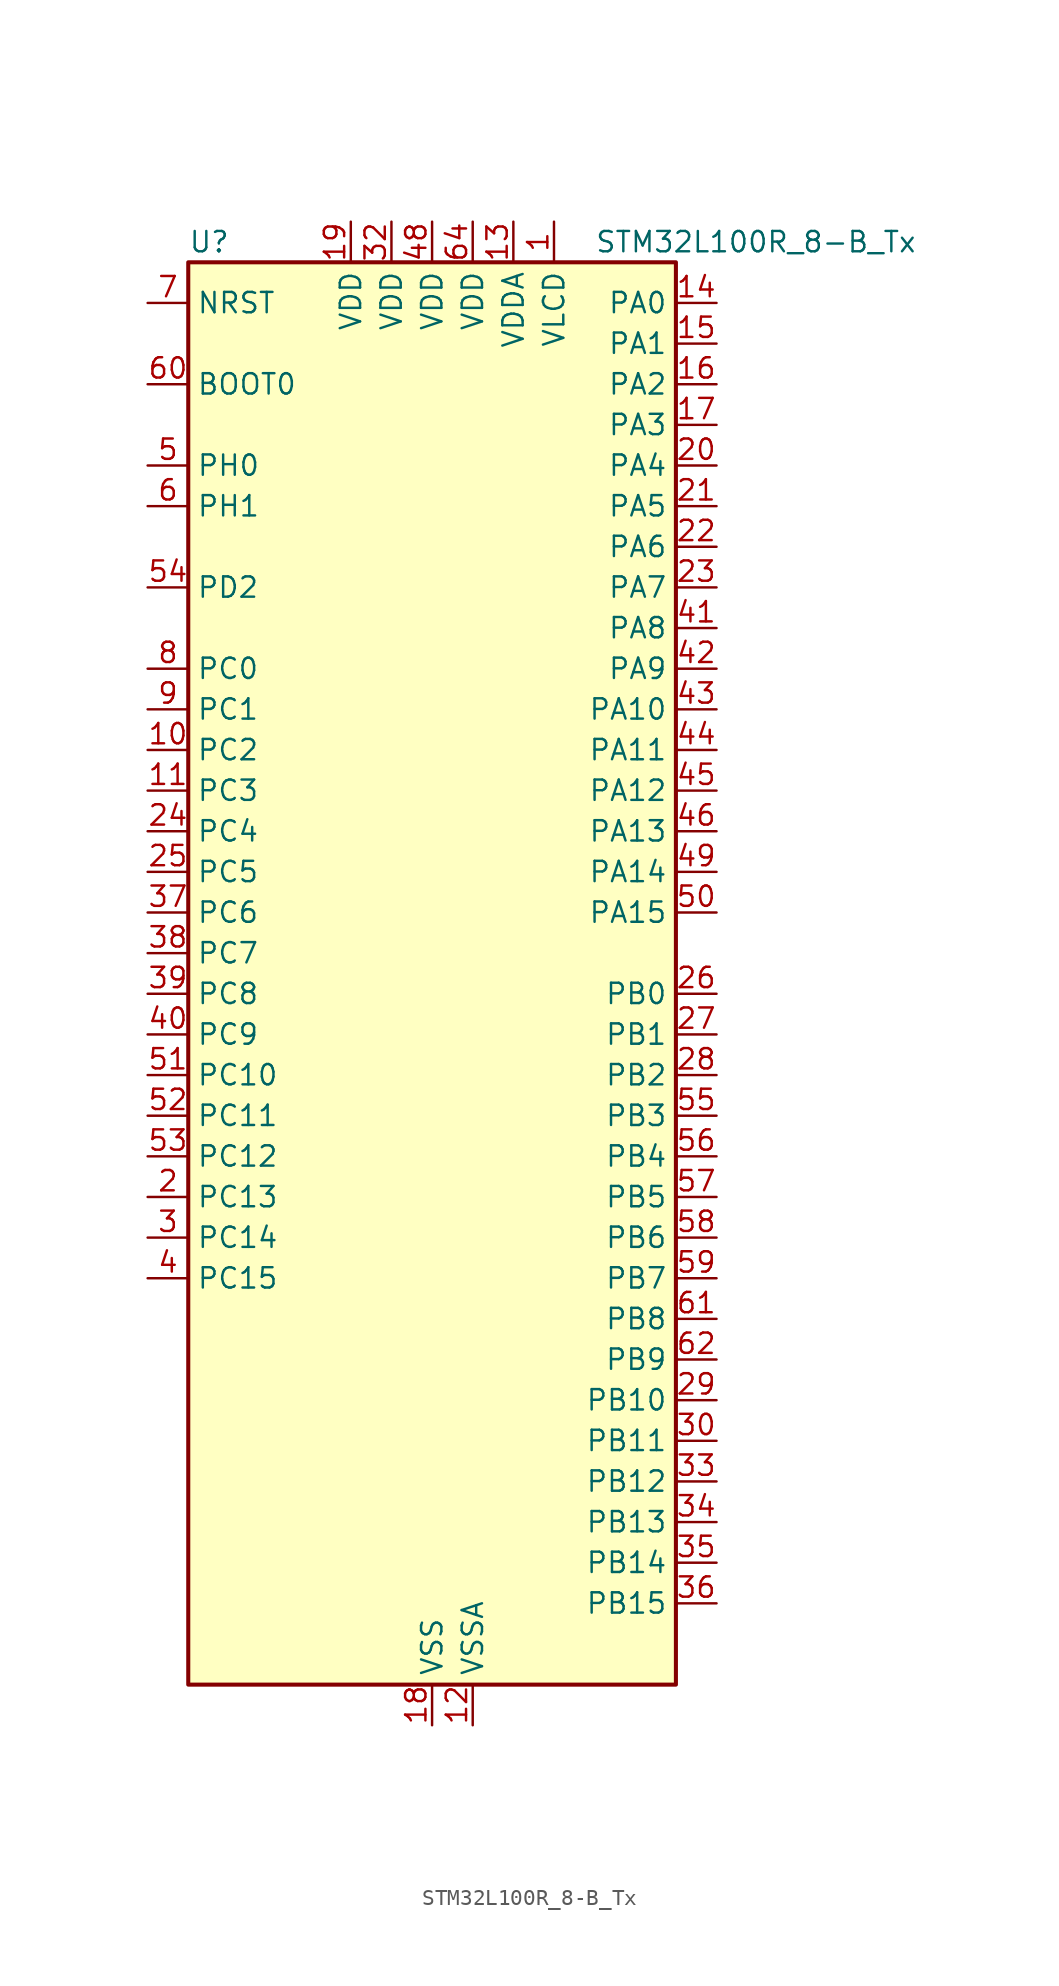
<source format=kicad_sym>
(kicad_symbol_lib
  (version 20231120)
  (generator "kicad-library-utils")
  (generator_version "8.0")
  (symbol "STM32L100R_8-B_Tx"
    (property "Reference" "U"
      (at -15.24 46.99 0)
      (effects (font (size 1.27 1.27)) (justify left)))
    (property "Value" "STM32L100R_8-B_Tx"
      (at 10.16 46.99 0)
      (effects (font (size 1.27 1.27)) (justify left)))
    (symbol "STM32L100R_8-B_Tx_0_1"
      (rectangle (start -15.24 -43.18) (end 15.24 45.72) (stroke (width 0.254) (type default)) (fill (type background))))
    (symbol "STM32L100R_8-B_Tx_1_1"
      (pin power_in line (at 7.62 48.26 270) (length 2.54) (name "VLCD" (effects (font (size 1.27 1.27)))) (number "1" (effects (font (size 1.27 1.27)))))
      (pin bidirectional line (at -17.78 15.24 0) (length 2.54) (name "PC2" (effects (font (size 1.27 1.27)))) (number "10" (effects (font (size 1.27 1.27)))) (alternate "ADC_IN12" bidirectional line) (alternate "COMP1_INP" bidirectional line) (alternate "LCD_SEG20" bidirectional line) (alternate "TIMX_IC3" bidirectional line))
      (pin bidirectional line (at -17.78 12.7 0) (length 2.54) (name "PC3" (effects (font (size 1.27 1.27)))) (number "11" (effects (font (size 1.27 1.27)))) (alternate "ADC_IN13" bidirectional line) (alternate "COMP1_INP" bidirectional line) (alternate "LCD_SEG21" bidirectional line) (alternate "TIMX_IC4" bidirectional line))
      (pin power_in line (at 2.54 -45.72 90) (length 2.54) (name "VSSA" (effects (font (size 1.27 1.27)))) (number "12" (effects (font (size 1.27 1.27)))))
      (pin power_in line (at 5.08 48.26 270) (length 2.54) (name "VDDA" (effects (font (size 1.27 1.27)))) (number "13" (effects (font (size 1.27 1.27)))))
      (pin bidirectional line (at 17.78 43.18 180) (length 2.54) (name "PA0" (effects (font (size 1.27 1.27)))) (number "14" (effects (font (size 1.27 1.27)))) (alternate "ADC_IN0" bidirectional line) (alternate "COMP1_INP" bidirectional line) (alternate "SYS_WKUP1" bidirectional line) (alternate "TIM2_CH1" bidirectional line) (alternate "TIM2_ETR" bidirectional line) (alternate "TIMX_IC1" bidirectional line) (alternate "USART2_CTS" bidirectional line))
      (pin bidirectional line (at 17.78 40.64 180) (length 2.54) (name "PA1" (effects (font (size 1.27 1.27)))) (number "15" (effects (font (size 1.27 1.27)))) (alternate "ADC_IN1" bidirectional line) (alternate "COMP1_INP" bidirectional line) (alternate "LCD_SEG0" bidirectional line) (alternate "TIM2_CH2" bidirectional line) (alternate "TIMX_IC2" bidirectional line) (alternate "USART2_RTS" bidirectional line))
      (pin bidirectional line (at 17.78 38.1 180) (length 2.54) (name "PA2" (effects (font (size 1.27 1.27)))) (number "16" (effects (font (size 1.27 1.27)))) (alternate "ADC_IN2" bidirectional line) (alternate "COMP1_INP" bidirectional line) (alternate "LCD_SEG1" bidirectional line) (alternate "TIM2_CH3" bidirectional line) (alternate "TIM9_CH1" bidirectional line) (alternate "TIMX_IC3" bidirectional line) (alternate "USART2_TX" bidirectional line))
      (pin bidirectional line (at 17.78 35.56 180) (length 2.54) (name "PA3" (effects (font (size 1.27 1.27)))) (number "17" (effects (font (size 1.27 1.27)))) (alternate "ADC_IN3" bidirectional line) (alternate "COMP1_INP" bidirectional line) (alternate "LCD_SEG2" bidirectional line) (alternate "TIM2_CH4" bidirectional line) (alternate "TIM9_CH2" bidirectional line) (alternate "TIMX_IC4" bidirectional line) (alternate "USART2_RX" bidirectional line))
      (pin power_in line (at 0 -45.72 90) (length 2.54) (name "VSS" (effects (font (size 1.27 1.27)))) (number "18" (effects (font (size 1.27 1.27)))))
      (pin power_in line (at -5.08 48.26 270) (length 2.54) (name "VDD" (effects (font (size 1.27 1.27)))) (number "19" (effects (font (size 1.27 1.27)))))
      (pin bidirectional line (at -17.78 -12.7 0) (length 2.54) (name "PC13" (effects (font (size 1.27 1.27)))) (number "2" (effects (font (size 1.27 1.27)))) (alternate "RTC_OUT_ALARM" bidirectional line) (alternate "RTC_OUT_CALIB" bidirectional line) (alternate "RTC_TAMP1" bidirectional line) (alternate "RTC_TS" bidirectional line) (alternate "SYS_WKUP2" bidirectional line) (alternate "TIMX_IC2" bidirectional line))
      (pin bidirectional line (at 17.78 33.02 180) (length 2.54) (name "PA4" (effects (font (size 1.27 1.27)))) (number "20" (effects (font (size 1.27 1.27)))) (alternate "ADC_IN4" bidirectional line) (alternate "COMP1_INP" bidirectional line) (alternate "DAC_OUT1" bidirectional line) (alternate "SPI1_NSS" bidirectional line) (alternate "TIMX_IC1" bidirectional line) (alternate "USART2_CK" bidirectional line))
      (pin bidirectional line (at 17.78 30.48 180) (length 2.54) (name "PA5" (effects (font (size 1.27 1.27)))) (number "21" (effects (font (size 1.27 1.27)))) (alternate "ADC_IN5" bidirectional line) (alternate "COMP1_INP" bidirectional line) (alternate "DAC_OUT2" bidirectional line) (alternate "SPI1_SCK" bidirectional line) (alternate "TIM2_CH1" bidirectional line) (alternate "TIM2_ETR" bidirectional line) (alternate "TIMX_IC2" bidirectional line))
      (pin bidirectional line (at 17.78 27.94 180) (length 2.54) (name "PA6" (effects (font (size 1.27 1.27)))) (number "22" (effects (font (size 1.27 1.27)))) (alternate "ADC_IN6" bidirectional line) (alternate "COMP1_INP" bidirectional line) (alternate "LCD_SEG3" bidirectional line) (alternate "SPI1_MISO" bidirectional line) (alternate "TIM10_CH1" bidirectional line) (alternate "TIM3_CH1" bidirectional line) (alternate "TIMX_IC3" bidirectional line))
      (pin bidirectional line (at 17.78 25.4 180) (length 2.54) (name "PA7" (effects (font (size 1.27 1.27)))) (number "23" (effects (font (size 1.27 1.27)))) (alternate "ADC_IN7" bidirectional line) (alternate "COMP1_INP" bidirectional line) (alternate "LCD_SEG4" bidirectional line) (alternate "SPI1_MOSI" bidirectional line) (alternate "TIM11_CH1" bidirectional line) (alternate "TIM3_CH2" bidirectional line) (alternate "TIMX_IC4" bidirectional line))
      (pin bidirectional line (at -17.78 10.16 0) (length 2.54) (name "PC4" (effects (font (size 1.27 1.27)))) (number "24" (effects (font (size 1.27 1.27)))) (alternate "ADC_IN14" bidirectional line) (alternate "COMP1_INP" bidirectional line) (alternate "LCD_SEG22" bidirectional line) (alternate "TIMX_IC1" bidirectional line))
      (pin bidirectional line (at -17.78 7.62 0) (length 2.54) (name "PC5" (effects (font (size 1.27 1.27)))) (number "25" (effects (font (size 1.27 1.27)))) (alternate "ADC_IN15" bidirectional line) (alternate "COMP1_INP" bidirectional line) (alternate "LCD_SEG23" bidirectional line) (alternate "TIMX_IC2" bidirectional line))
      (pin bidirectional line (at 17.78 0 180) (length 2.54) (name "PB0" (effects (font (size 1.27 1.27)))) (number "26" (effects (font (size 1.27 1.27)))) (alternate "ADC_IN8" bidirectional line) (alternate "COMP1_INP" bidirectional line) (alternate "LCD_SEG5" bidirectional line) (alternate "SYS_V_REF_OUT" bidirectional line) (alternate "TIM3_CH3" bidirectional line))
      (pin bidirectional line (at 17.78 -2.54 180) (length 2.54) (name "PB1" (effects (font (size 1.27 1.27)))) (number "27" (effects (font (size 1.27 1.27)))) (alternate "ADC_IN9" bidirectional line) (alternate "COMP1_INP" bidirectional line) (alternate "LCD_SEG6" bidirectional line) (alternate "SYS_V_REF_OUT" bidirectional line) (alternate "TIM3_CH4" bidirectional line))
      (pin bidirectional line (at 17.78 -5.08 180) (length 2.54) (name "PB2" (effects (font (size 1.27 1.27)))) (number "28" (effects (font (size 1.27 1.27)))))
      (pin bidirectional line (at 17.78 -25.4 180) (length 2.54) (name "PB10" (effects (font (size 1.27 1.27)))) (number "29" (effects (font (size 1.27 1.27)))) (alternate "I2C2_SCL" bidirectional line) (alternate "LCD_SEG10" bidirectional line) (alternate "TIM2_CH3" bidirectional line) (alternate "USART3_TX" bidirectional line))
      (pin bidirectional line (at -17.78 -15.24 0) (length 2.54) (name "PC14" (effects (font (size 1.27 1.27)))) (number "3" (effects (font (size 1.27 1.27)))) (alternate "RCC_OSC32_IN" bidirectional line) (alternate "TIMX_IC3" bidirectional line))
      (pin bidirectional line (at 17.78 -27.94 180) (length 2.54) (name "PB11" (effects (font (size 1.27 1.27)))) (number "30" (effects (font (size 1.27 1.27)))) (alternate "ADC_EXTI11" bidirectional line) (alternate "I2C2_SDA" bidirectional line) (alternate "LCD_SEG11" bidirectional line) (alternate "TIM2_CH4" bidirectional line) (alternate "USART3_RX" bidirectional line))
      (pin passive line (at 0 -45.72 90) (length 2.54) hide (name "VSS" (effects (font (size 1.27 1.27)))) (number "31" (effects (font (size 1.27 1.27)))))
      (pin power_in line (at -2.54 48.26 270) (length 2.54) (name "VDD" (effects (font (size 1.27 1.27)))) (number "32" (effects (font (size 1.27 1.27)))))
      (pin bidirectional line (at 17.78 -30.48 180) (length 2.54) (name "PB12" (effects (font (size 1.27 1.27)))) (number "33" (effects (font (size 1.27 1.27)))) (alternate "ADC_IN18" bidirectional line) (alternate "COMP1_INP" bidirectional line) (alternate "I2C2_SMBA" bidirectional line) (alternate "LCD_SEG12" bidirectional line) (alternate "SPI2_NSS" bidirectional line) (alternate "TIM10_CH1" bidirectional line) (alternate "USART3_CK" bidirectional line))
      (pin bidirectional line (at 17.78 -33.02 180) (length 2.54) (name "PB13" (effects (font (size 1.27 1.27)))) (number "34" (effects (font (size 1.27 1.27)))) (alternate "ADC_IN19" bidirectional line) (alternate "COMP1_INP" bidirectional line) (alternate "LCD_SEG13" bidirectional line) (alternate "SPI2_SCK" bidirectional line) (alternate "TIM9_CH1" bidirectional line) (alternate "USART3_CTS" bidirectional line))
      (pin bidirectional line (at 17.78 -35.56 180) (length 2.54) (name "PB14" (effects (font (size 1.27 1.27)))) (number "35" (effects (font (size 1.27 1.27)))) (alternate "ADC_IN20" bidirectional line) (alternate "COMP1_INP" bidirectional line) (alternate "LCD_SEG14" bidirectional line) (alternate "SPI2_MISO" bidirectional line) (alternate "TIM9_CH2" bidirectional line) (alternate "USART3_RTS" bidirectional line))
      (pin bidirectional line (at 17.78 -38.1 180) (length 2.54) (name "PB15" (effects (font (size 1.27 1.27)))) (number "36" (effects (font (size 1.27 1.27)))) (alternate "ADC_EXTI15" bidirectional line) (alternate "ADC_IN21" bidirectional line) (alternate "COMP1_INP" bidirectional line) (alternate "LCD_SEG15" bidirectional line) (alternate "RTC_REFIN" bidirectional line) (alternate "SPI2_MOSI" bidirectional line) (alternate "TIM11_CH1" bidirectional line))
      (pin bidirectional line (at -17.78 5.08 0) (length 2.54) (name "PC6" (effects (font (size 1.27 1.27)))) (number "37" (effects (font (size 1.27 1.27)))) (alternate "LCD_SEG24" bidirectional line) (alternate "TIM3_CH1" bidirectional line) (alternate "TIMX_IC3" bidirectional line))
      (pin bidirectional line (at -17.78 2.54 0) (length 2.54) (name "PC7" (effects (font (size 1.27 1.27)))) (number "38" (effects (font (size 1.27 1.27)))) (alternate "LCD_SEG25" bidirectional line) (alternate "TIM3_CH2" bidirectional line) (alternate "TIMX_IC4" bidirectional line))
      (pin bidirectional line (at -17.78 0 0) (length 2.54) (name "PC8" (effects (font (size 1.27 1.27)))) (number "39" (effects (font (size 1.27 1.27)))) (alternate "LCD_SEG26" bidirectional line) (alternate "TIM3_CH3" bidirectional line) (alternate "TIMX_IC1" bidirectional line))
      (pin bidirectional line (at -17.78 -17.78 0) (length 2.54) (name "PC15" (effects (font (size 1.27 1.27)))) (number "4" (effects (font (size 1.27 1.27)))) (alternate "ADC_EXTI15" bidirectional line) (alternate "RCC_OSC32_OUT" bidirectional line) (alternate "TIMX_IC4" bidirectional line))
      (pin bidirectional line (at -17.78 -2.54 0) (length 2.54) (name "PC9" (effects (font (size 1.27 1.27)))) (number "40" (effects (font (size 1.27 1.27)))) (alternate "DAC_EXTI9" bidirectional line) (alternate "LCD_SEG27" bidirectional line) (alternate "TIM3_CH4" bidirectional line) (alternate "TIMX_IC2" bidirectional line))
      (pin bidirectional line (at 17.78 22.86 180) (length 2.54) (name "PA8" (effects (font (size 1.27 1.27)))) (number "41" (effects (font (size 1.27 1.27)))) (alternate "LCD_COM0" bidirectional line) (alternate "RCC_MCO" bidirectional line) (alternate "TIMX_IC1" bidirectional line) (alternate "USART1_CK" bidirectional line))
      (pin bidirectional line (at 17.78 20.32 180) (length 2.54) (name "PA9" (effects (font (size 1.27 1.27)))) (number "42" (effects (font (size 1.27 1.27)))) (alternate "DAC_EXTI9" bidirectional line) (alternate "LCD_COM1" bidirectional line) (alternate "TIMX_IC2" bidirectional line) (alternate "USART1_TX" bidirectional line))
      (pin bidirectional line (at 17.78 17.78 180) (length 2.54) (name "PA10" (effects (font (size 1.27 1.27)))) (number "43" (effects (font (size 1.27 1.27)))) (alternate "LCD_COM2" bidirectional line) (alternate "TIMX_IC3" bidirectional line) (alternate "USART1_RX" bidirectional line))
      (pin bidirectional line (at 17.78 15.24 180) (length 2.54) (name "PA11" (effects (font (size 1.27 1.27)))) (number "44" (effects (font (size 1.27 1.27)))) (alternate "ADC_EXTI11" bidirectional line) (alternate "SPI1_MISO" bidirectional line) (alternate "TIMX_IC4" bidirectional line) (alternate "USART1_CTS" bidirectional line) (alternate "USB_DM" bidirectional line))
      (pin bidirectional line (at 17.78 12.7 180) (length 2.54) (name "PA12" (effects (font (size 1.27 1.27)))) (number "45" (effects (font (size 1.27 1.27)))) (alternate "SPI1_MOSI" bidirectional line) (alternate "TIMX_IC1" bidirectional line) (alternate "USART1_RTS" bidirectional line) (alternate "USB_DP" bidirectional line))
      (pin bidirectional line (at 17.78 10.16 180) (length 2.54) (name "PA13" (effects (font (size 1.27 1.27)))) (number "46" (effects (font (size 1.27 1.27)))) (alternate "SYS_JTMS-SWDIO" bidirectional line) (alternate "TIMX_IC2" bidirectional line))
      (pin passive line (at 0 -45.72 90) (length 2.54) hide (name "VSS" (effects (font (size 1.27 1.27)))) (number "47" (effects (font (size 1.27 1.27)))))
      (pin power_in line (at 0 48.26 270) (length 2.54) (name "VDD" (effects (font (size 1.27 1.27)))) (number "48" (effects (font (size 1.27 1.27)))))
      (pin bidirectional line (at 17.78 7.62 180) (length 2.54) (name "PA14" (effects (font (size 1.27 1.27)))) (number "49" (effects (font (size 1.27 1.27)))) (alternate "SYS_JTCK-SWCLK" bidirectional line) (alternate "TIMX_IC3" bidirectional line))
      (pin bidirectional line (at -17.78 33.02 0) (length 2.54) (name "PH0" (effects (font (size 1.27 1.27)))) (number "5" (effects (font (size 1.27 1.27)))) (alternate "RCC_OSC_IN" bidirectional line))
      (pin bidirectional line (at 17.78 5.08 180) (length 2.54) (name "PA15" (effects (font (size 1.27 1.27)))) (number "50" (effects (font (size 1.27 1.27)))) (alternate "ADC_EXTI15" bidirectional line) (alternate "LCD_SEG17" bidirectional line) (alternate "SPI1_NSS" bidirectional line) (alternate "SYS_JTDI" bidirectional line) (alternate "TIM2_CH1" bidirectional line) (alternate "TIM2_ETR" bidirectional line) (alternate "TIMX_IC4" bidirectional line))
      (pin bidirectional line (at -17.78 -5.08 0) (length 2.54) (name "PC10" (effects (font (size 1.27 1.27)))) (number "51" (effects (font (size 1.27 1.27)))) (alternate "LCD_COM4" bidirectional line) (alternate "LCD_SEG28" bidirectional line) (alternate "TIMX_IC3" bidirectional line) (alternate "USART3_TX" bidirectional line))
      (pin bidirectional line (at -17.78 -7.62 0) (length 2.54) (name "PC11" (effects (font (size 1.27 1.27)))) (number "52" (effects (font (size 1.27 1.27)))) (alternate "ADC_EXTI11" bidirectional line) (alternate "LCD_COM5" bidirectional line) (alternate "LCD_SEG29" bidirectional line) (alternate "TIMX_IC4" bidirectional line) (alternate "USART3_RX" bidirectional line))
      (pin bidirectional line (at -17.78 -10.16 0) (length 2.54) (name "PC12" (effects (font (size 1.27 1.27)))) (number "53" (effects (font (size 1.27 1.27)))) (alternate "LCD_COM6" bidirectional line) (alternate "LCD_SEG30" bidirectional line) (alternate "TIMX_IC1" bidirectional line) (alternate "USART3_CK" bidirectional line))
      (pin bidirectional line (at -17.78 25.4 0) (length 2.54) (name "PD2" (effects (font (size 1.27 1.27)))) (number "54" (effects (font (size 1.27 1.27)))) (alternate "LCD_COM7" bidirectional line) (alternate "LCD_SEG31" bidirectional line) (alternate "TIM3_ETR" bidirectional line) (alternate "TIMX_IC3" bidirectional line))
      (pin bidirectional line (at 17.78 -7.62 180) (length 2.54) (name "PB3" (effects (font (size 1.27 1.27)))) (number "55" (effects (font (size 1.27 1.27)))) (alternate "COMP2_INM" bidirectional line) (alternate "LCD_SEG7" bidirectional line) (alternate "SPI1_SCK" bidirectional line) (alternate "SYS_JTDO-TRACESWO" bidirectional line) (alternate "TIM2_CH2" bidirectional line))
      (pin bidirectional line (at 17.78 -10.16 180) (length 2.54) (name "PB4" (effects (font (size 1.27 1.27)))) (number "56" (effects (font (size 1.27 1.27)))) (alternate "COMP2_INP" bidirectional line) (alternate "LCD_SEG8" bidirectional line) (alternate "SPI1_MISO" bidirectional line) (alternate "SYS_JTRST" bidirectional line) (alternate "TIM3_CH1" bidirectional line))
      (pin bidirectional line (at 17.78 -12.7 180) (length 2.54) (name "PB5" (effects (font (size 1.27 1.27)))) (number "57" (effects (font (size 1.27 1.27)))) (alternate "COMP2_INP" bidirectional line) (alternate "I2C1_SMBA" bidirectional line) (alternate "LCD_SEG9" bidirectional line) (alternate "SPI1_MOSI" bidirectional line) (alternate "TIM3_CH2" bidirectional line))
      (pin bidirectional line (at 17.78 -15.24 180) (length 2.54) (name "PB6" (effects (font (size 1.27 1.27)))) (number "58" (effects (font (size 1.27 1.27)))) (alternate "I2C1_SCL" bidirectional line) (alternate "TIM4_CH1" bidirectional line) (alternate "USART1_TX" bidirectional line))
      (pin bidirectional line (at 17.78 -17.78 180) (length 2.54) (name "PB7" (effects (font (size 1.27 1.27)))) (number "59" (effects (font (size 1.27 1.27)))) (alternate "I2C1_SDA" bidirectional line) (alternate "SYS_PVD_IN" bidirectional line) (alternate "TIM4_CH2" bidirectional line) (alternate "USART1_RX" bidirectional line))
      (pin bidirectional line (at -17.78 30.48 0) (length 2.54) (name "PH1" (effects (font (size 1.27 1.27)))) (number "6" (effects (font (size 1.27 1.27)))) (alternate "RCC_OSC_OUT" bidirectional line))
      (pin input line (at -17.78 38.1 0) (length 2.54) (name "BOOT0" (effects (font (size 1.27 1.27)))) (number "60" (effects (font (size 1.27 1.27)))))
      (pin bidirectional line (at 17.78 -20.32 180) (length 2.54) (name "PB8" (effects (font (size 1.27 1.27)))) (number "61" (effects (font (size 1.27 1.27)))) (alternate "I2C1_SCL" bidirectional line) (alternate "LCD_SEG16" bidirectional line) (alternate "TIM10_CH1" bidirectional line) (alternate "TIM4_CH3" bidirectional line))
      (pin bidirectional line (at 17.78 -22.86 180) (length 2.54) (name "PB9" (effects (font (size 1.27 1.27)))) (number "62" (effects (font (size 1.27 1.27)))) (alternate "DAC_EXTI9" bidirectional line) (alternate "I2C1_SDA" bidirectional line) (alternate "LCD_COM3" bidirectional line) (alternate "TIM11_CH1" bidirectional line) (alternate "TIM4_CH4" bidirectional line))
      (pin passive line (at 0 -45.72 90) (length 2.54) hide (name "VSS" (effects (font (size 1.27 1.27)))) (number "63" (effects (font (size 1.27 1.27)))))
      (pin power_in line (at 2.54 48.26 270) (length 2.54) (name "VDD" (effects (font (size 1.27 1.27)))) (number "64" (effects (font (size 1.27 1.27)))))
      (pin input line (at -17.78 43.18 0) (length 2.54) (name "NRST" (effects (font (size 1.27 1.27)))) (number "7" (effects (font (size 1.27 1.27)))))
      (pin bidirectional line (at -17.78 20.32 0) (length 2.54) (name "PC0" (effects (font (size 1.27 1.27)))) (number "8" (effects (font (size 1.27 1.27)))) (alternate "ADC_IN10" bidirectional line) (alternate "COMP1_INP" bidirectional line) (alternate "LCD_SEG18" bidirectional line) (alternate "TIMX_IC1" bidirectional line))
      (pin bidirectional line (at -17.78 17.78 0) (length 2.54) (name "PC1" (effects (font (size 1.27 1.27)))) (number "9" (effects (font (size 1.27 1.27)))) (alternate "ADC_IN11" bidirectional line) (alternate "COMP1_INP" bidirectional line) (alternate "LCD_SEG19" bidirectional line) (alternate "TIMX_IC2" bidirectional line)))))
</source>
